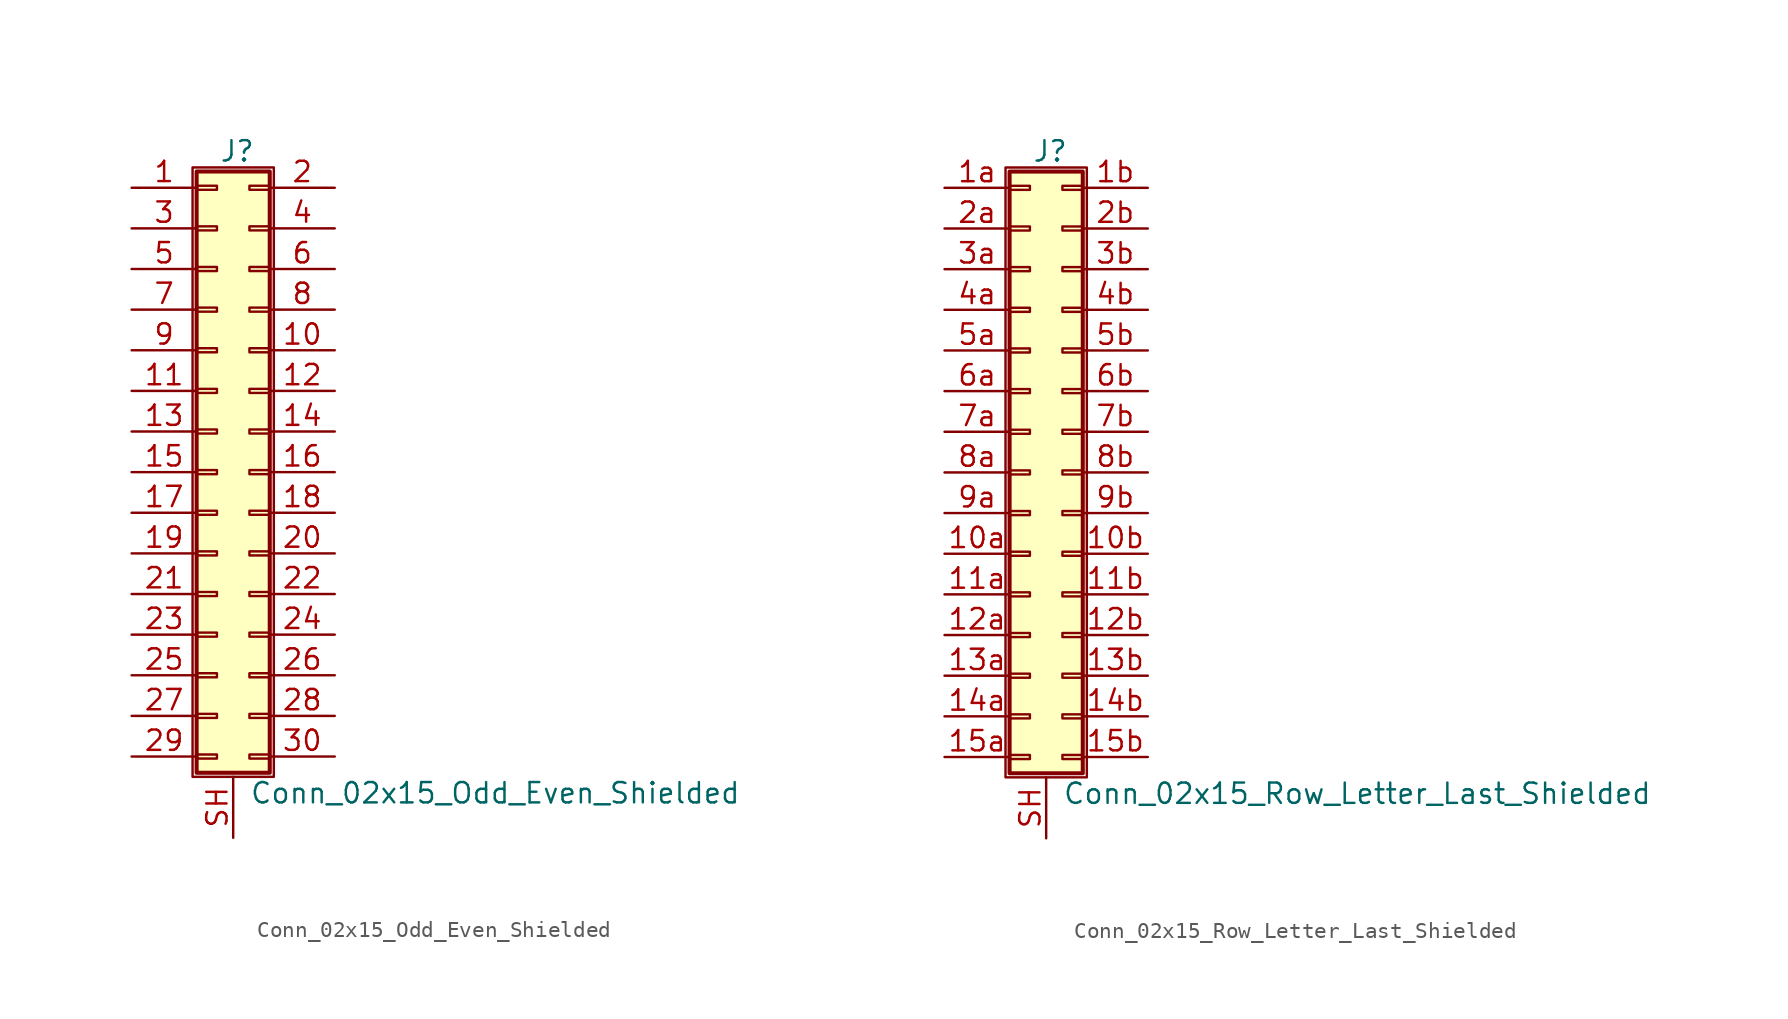
<source format=kicad_sym>
(kicad_symbol_lib
  (version 20201005)
  (generator kicad_symbol_editor)
  (symbol "Conn_02x15_Odd_Even_Shielded"
    (pin_names
      (offset 1.016) hide)
    (property "Reference" "J"
      (at 1.524 20.066 0)
      (effects (font (size 1.27 1.27))))
    (property "Value" "Conn_02x15_Odd_Even_Shielded"
      (at 2.286 -20.066 0)
      (effects (font (size 1.27 1.27)) (justify left)))
    (symbol "Conn_02x15_Odd_Even_Shielded_1_1"
      (rectangle (start -1.27 19.05) (end 3.81 -19.05) (stroke (width 0.152)) (fill (type none)))
      (rectangle (start -1.016 -17.653) (end 0.254 -17.907) (stroke (width 0.152)) (fill (type none)))
      (rectangle (start -1.016 -15.113) (end 0.254 -15.367) (stroke (width 0.152)) (fill (type none)))
      (rectangle (start -1.016 -12.573) (end 0.254 -12.827) (stroke (width 0.152)) (fill (type none)))
      (rectangle (start -1.016 -10.033) (end 0.254 -10.287) (stroke (width 0.152)) (fill (type none)))
      (rectangle (start -1.016 -7.493) (end 0.254 -7.747) (stroke (width 0.152)) (fill (type none)))
      (rectangle (start -1.016 -4.953) (end 0.254 -5.207) (stroke (width 0.152)) (fill (type none)))
      (rectangle (start -1.016 -2.413) (end 0.254 -2.667) (stroke (width 0.152)) (fill (type none)))
      (rectangle (start -1.016 0.127) (end 0.254 -0.127) (stroke (width 0.152)) (fill (type none)))
      (rectangle (start -1.016 2.667) (end 0.254 2.413) (stroke (width 0.152)) (fill (type none)))
      (rectangle (start -1.016 5.207) (end 0.254 4.953) (stroke (width 0.152)) (fill (type none)))
      (rectangle (start -1.016 7.747) (end 0.254 7.493) (stroke (width 0.152)) (fill (type none)))
      (rectangle (start -1.016 10.287) (end 0.254 10.033) (stroke (width 0.152)) (fill (type none)))
      (rectangle (start -1.016 12.827) (end 0.254 12.573) (stroke (width 0.152)) (fill (type none)))
      (rectangle (start -1.016 15.367) (end 0.254 15.113) (stroke (width 0.152)) (fill (type none)))
      (rectangle (start -1.016 17.907) (end 0.254 17.653) (stroke (width 0.152)) (fill (type none)))
      (rectangle (start 3.556 -17.653) (end 2.286 -17.907) (stroke (width 0.152)) (fill (type none)))
      (rectangle (start 3.556 -15.113) (end 2.286 -15.367) (stroke (width 0.152)) (fill (type none)))
      (rectangle (start 3.556 -12.573) (end 2.286 -12.827) (stroke (width 0.152)) (fill (type none)))
      (rectangle (start 3.556 -10.033) (end 2.286 -10.287) (stroke (width 0.152)) (fill (type none)))
      (rectangle (start 3.556 -7.493) (end 2.286 -7.747) (stroke (width 0.152)) (fill (type none)))
      (rectangle (start 3.556 -4.953) (end 2.286 -5.207) (stroke (width 0.152)) (fill (type none)))
      (rectangle (start 3.556 -2.413) (end 2.286 -2.667) (stroke (width 0.152)) (fill (type none)))
      (rectangle (start 3.556 0.127) (end 2.286 -0.127) (stroke (width 0.152)) (fill (type none)))
      (rectangle (start 3.556 2.667) (end 2.286 2.413) (stroke (width 0.152)) (fill (type none)))
      (rectangle (start 3.556 5.207) (end 2.286 4.953) (stroke (width 0.152)) (fill (type none)))
      (rectangle (start 3.556 7.747) (end 2.286 7.493) (stroke (width 0.152)) (fill (type none)))
      (rectangle (start 3.556 10.287) (end 2.286 10.033) (stroke (width 0.152)) (fill (type none)))
      (rectangle (start 3.556 12.827) (end 2.286 12.573) (stroke (width 0.152)) (fill (type none)))
      (rectangle (start 3.556 15.367) (end 2.286 15.113) (stroke (width 0.152)) (fill (type none)))
      (rectangle (start 3.556 17.907) (end 2.286 17.653) (stroke (width 0.152)) (fill (type none)))
      (rectangle (start -1.016 18.796) (end 3.556 -18.796) (stroke (width 0.254)) (fill (type background)))
      (pin passive line (at -5.08 17.78 0) (length 4.064) (name "Pin_1" (effects (font (size 1.27 1.27)))) (number "1" (effects (font (size 1.27 1.27)))))
      (pin passive line (at 7.62 7.62 180) (length 4.064) (name "Pin_10" (effects (font (size 1.27 1.27)))) (number "10" (effects (font (size 1.27 1.27)))))
      (pin passive line (at -5.08 5.08 0) (length 4.064) (name "Pin_11" (effects (font (size 1.27 1.27)))) (number "11" (effects (font (size 1.27 1.27)))))
      (pin passive line (at 7.62 5.08 180) (length 4.064) (name "Pin_12" (effects (font (size 1.27 1.27)))) (number "12" (effects (font (size 1.27 1.27)))))
      (pin passive line (at -5.08 2.54 0) (length 4.064) (name "Pin_13" (effects (font (size 1.27 1.27)))) (number "13" (effects (font (size 1.27 1.27)))))
      (pin passive line (at 7.62 2.54 180) (length 4.064) (name "Pin_14" (effects (font (size 1.27 1.27)))) (number "14" (effects (font (size 1.27 1.27)))))
      (pin passive line (at -5.08 0 0) (length 4.064) (name "Pin_15" (effects (font (size 1.27 1.27)))) (number "15" (effects (font (size 1.27 1.27)))))
      (pin passive line (at 7.62 0 180) (length 4.064) (name "Pin_16" (effects (font (size 1.27 1.27)))) (number "16" (effects (font (size 1.27 1.27)))))
      (pin passive line (at -5.08 -2.54 0) (length 4.064) (name "Pin_17" (effects (font (size 1.27 1.27)))) (number "17" (effects (font (size 1.27 1.27)))))
      (pin passive line (at 7.62 -2.54 180) (length 4.064) (name "Pin_18" (effects (font (size 1.27 1.27)))) (number "18" (effects (font (size 1.27 1.27)))))
      (pin passive line (at -5.08 -5.08 0) (length 4.064) (name "Pin_19" (effects (font (size 1.27 1.27)))) (number "19" (effects (font (size 1.27 1.27)))))
      (pin passive line (at 7.62 17.78 180) (length 4.064) (name "Pin_2" (effects (font (size 1.27 1.27)))) (number "2" (effects (font (size 1.27 1.27)))))
      (pin passive line (at 7.62 -5.08 180) (length 4.064) (name "Pin_20" (effects (font (size 1.27 1.27)))) (number "20" (effects (font (size 1.27 1.27)))))
      (pin passive line (at -5.08 -7.62 0) (length 4.064) (name "Pin_21" (effects (font (size 1.27 1.27)))) (number "21" (effects (font (size 1.27 1.27)))))
      (pin passive line (at 7.62 -7.62 180) (length 4.064) (name "Pin_22" (effects (font (size 1.27 1.27)))) (number "22" (effects (font (size 1.27 1.27)))))
      (pin passive line (at -5.08 -10.16 0) (length 4.064) (name "Pin_23" (effects (font (size 1.27 1.27)))) (number "23" (effects (font (size 1.27 1.27)))))
      (pin passive line (at 7.62 -10.16 180) (length 4.064) (name "Pin_24" (effects (font (size 1.27 1.27)))) (number "24" (effects (font (size 1.27 1.27)))))
      (pin passive line (at -5.08 -12.7 0) (length 4.064) (name "Pin_25" (effects (font (size 1.27 1.27)))) (number "25" (effects (font (size 1.27 1.27)))))
      (pin passive line (at 7.62 -12.7 180) (length 4.064) (name "Pin_26" (effects (font (size 1.27 1.27)))) (number "26" (effects (font (size 1.27 1.27)))))
      (pin passive line (at -5.08 -15.24 0) (length 4.064) (name "Pin_27" (effects (font (size 1.27 1.27)))) (number "27" (effects (font (size 1.27 1.27)))))
      (pin passive line (at 7.62 -15.24 180) (length 4.064) (name "Pin_28" (effects (font (size 1.27 1.27)))) (number "28" (effects (font (size 1.27 1.27)))))
      (pin passive line (at -5.08 -17.78 0) (length 4.064) (name "Pin_29" (effects (font (size 1.27 1.27)))) (number "29" (effects (font (size 1.27 1.27)))))
      (pin passive line (at -5.08 15.24 0) (length 4.064) (name "Pin_3" (effects (font (size 1.27 1.27)))) (number "3" (effects (font (size 1.27 1.27)))))
      (pin passive line (at 7.62 -17.78 180) (length 4.064) (name "Pin_30" (effects (font (size 1.27 1.27)))) (number "30" (effects (font (size 1.27 1.27)))))
      (pin passive line (at 7.62 15.24 180) (length 4.064) (name "Pin_4" (effects (font (size 1.27 1.27)))) (number "4" (effects (font (size 1.27 1.27)))))
      (pin passive line (at -5.08 12.7 0) (length 4.064) (name "Pin_5" (effects (font (size 1.27 1.27)))) (number "5" (effects (font (size 1.27 1.27)))))
      (pin passive line (at 7.62 12.7 180) (length 4.064) (name "Pin_6" (effects (font (size 1.27 1.27)))) (number "6" (effects (font (size 1.27 1.27)))))
      (pin passive line (at -5.08 10.16 0) (length 4.064) (name "Pin_7" (effects (font (size 1.27 1.27)))) (number "7" (effects (font (size 1.27 1.27)))))
      (pin passive line (at 7.62 10.16 180) (length 4.064) (name "Pin_8" (effects (font (size 1.27 1.27)))) (number "8" (effects (font (size 1.27 1.27)))))
      (pin passive line (at -5.08 7.62 0) (length 4.064) (name "Pin_9" (effects (font (size 1.27 1.27)))) (number "9" (effects (font (size 1.27 1.27)))))
      (pin passive line (at 1.27 -22.86 90) (length 3.81) (name "Shield" (effects (font (size 1.27 1.27)))) (number "SH" (effects (font (size 1.27 1.27)))))))
  (symbol "Conn_02x15_Row_Letter_Last_Shielded"
    (pin_names
      (offset 1.016) hide)
    (property "Reference" "J"
      (at 1.524 20.066 0)
      (effects (font (size 1.27 1.27))))
    (property "Value" "Conn_02x15_Row_Letter_Last_Shielded"
      (at 2.286 -20.066 0)
      (effects (font (size 1.27 1.27)) (justify left)))
    (symbol "Conn_02x15_Row_Letter_Last_Shielded_1_1"
      (rectangle (start -1.27 19.05) (end 3.81 -19.05) (stroke (width 0.152)) (fill (type none)))
      (rectangle (start -1.016 -17.653) (end 0.254 -17.907) (stroke (width 0.152)) (fill (type none)))
      (rectangle (start -1.016 -15.113) (end 0.254 -15.367) (stroke (width 0.152)) (fill (type none)))
      (rectangle (start -1.016 -12.573) (end 0.254 -12.827) (stroke (width 0.152)) (fill (type none)))
      (rectangle (start -1.016 -10.033) (end 0.254 -10.287) (stroke (width 0.152)) (fill (type none)))
      (rectangle (start -1.016 -7.493) (end 0.254 -7.747) (stroke (width 0.152)) (fill (type none)))
      (rectangle (start -1.016 -4.953) (end 0.254 -5.207) (stroke (width 0.152)) (fill (type none)))
      (rectangle (start -1.016 -2.413) (end 0.254 -2.667) (stroke (width 0.152)) (fill (type none)))
      (rectangle (start -1.016 0.127) (end 0.254 -0.127) (stroke (width 0.152)) (fill (type none)))
      (rectangle (start -1.016 2.667) (end 0.254 2.413) (stroke (width 0.152)) (fill (type none)))
      (rectangle (start -1.016 5.207) (end 0.254 4.953) (stroke (width 0.152)) (fill (type none)))
      (rectangle (start -1.016 7.747) (end 0.254 7.493) (stroke (width 0.152)) (fill (type none)))
      (rectangle (start -1.016 10.287) (end 0.254 10.033) (stroke (width 0.152)) (fill (type none)))
      (rectangle (start -1.016 12.827) (end 0.254 12.573) (stroke (width 0.152)) (fill (type none)))
      (rectangle (start -1.016 15.367) (end 0.254 15.113) (stroke (width 0.152)) (fill (type none)))
      (rectangle (start -1.016 17.907) (end 0.254 17.653) (stroke (width 0.152)) (fill (type none)))
      (rectangle (start 3.556 -17.653) (end 2.286 -17.907) (stroke (width 0.152)) (fill (type none)))
      (rectangle (start 3.556 -15.113) (end 2.286 -15.367) (stroke (width 0.152)) (fill (type none)))
      (rectangle (start 3.556 -12.573) (end 2.286 -12.827) (stroke (width 0.152)) (fill (type none)))
      (rectangle (start 3.556 -10.033) (end 2.286 -10.287) (stroke (width 0.152)) (fill (type none)))
      (rectangle (start 3.556 -7.493) (end 2.286 -7.747) (stroke (width 0.152)) (fill (type none)))
      (rectangle (start 3.556 -4.953) (end 2.286 -5.207) (stroke (width 0.152)) (fill (type none)))
      (rectangle (start 3.556 -2.413) (end 2.286 -2.667) (stroke (width 0.152)) (fill (type none)))
      (rectangle (start 3.556 0.127) (end 2.286 -0.127) (stroke (width 0.152)) (fill (type none)))
      (rectangle (start 3.556 2.667) (end 2.286 2.413) (stroke (width 0.152)) (fill (type none)))
      (rectangle (start 3.556 5.207) (end 2.286 4.953) (stroke (width 0.152)) (fill (type none)))
      (rectangle (start 3.556 7.747) (end 2.286 7.493) (stroke (width 0.152)) (fill (type none)))
      (rectangle (start 3.556 10.287) (end 2.286 10.033) (stroke (width 0.152)) (fill (type none)))
      (rectangle (start 3.556 12.827) (end 2.286 12.573) (stroke (width 0.152)) (fill (type none)))
      (rectangle (start 3.556 15.367) (end 2.286 15.113) (stroke (width 0.152)) (fill (type none)))
      (rectangle (start 3.556 17.907) (end 2.286 17.653) (stroke (width 0.152)) (fill (type none)))
      (rectangle (start -1.016 18.796) (end 3.556 -18.796) (stroke (width 0.254)) (fill (type background)))
      (pin passive line (at -5.08 -5.08 0) (length 4.064) (name "Pin_10a" (effects (font (size 1.27 1.27)))) (number "10a" (effects (font (size 1.27 1.27)))))
      (pin passive line (at 7.62 -5.08 180) (length 4.064) (name "Pin_10b" (effects (font (size 1.27 1.27)))) (number "10b" (effects (font (size 1.27 1.27)))))
      (pin passive line (at -5.08 -7.62 0) (length 4.064) (name "Pin_11a" (effects (font (size 1.27 1.27)))) (number "11a" (effects (font (size 1.27 1.27)))))
      (pin passive line (at 7.62 -7.62 180) (length 4.064) (name "Pin_11b" (effects (font (size 1.27 1.27)))) (number "11b" (effects (font (size 1.27 1.27)))))
      (pin passive line (at -5.08 -10.16 0) (length 4.064) (name "Pin_12a" (effects (font (size 1.27 1.27)))) (number "12a" (effects (font (size 1.27 1.27)))))
      (pin passive line (at 7.62 -10.16 180) (length 4.064) (name "Pin_12b" (effects (font (size 1.27 1.27)))) (number "12b" (effects (font (size 1.27 1.27)))))
      (pin passive line (at -5.08 -12.7 0) (length 4.064) (name "Pin_13a" (effects (font (size 1.27 1.27)))) (number "13a" (effects (font (size 1.27 1.27)))))
      (pin passive line (at 7.62 -12.7 180) (length 4.064) (name "Pin_13b" (effects (font (size 1.27 1.27)))) (number "13b" (effects (font (size 1.27 1.27)))))
      (pin passive line (at -5.08 -15.24 0) (length 4.064) (name "Pin_14a" (effects (font (size 1.27 1.27)))) (number "14a" (effects (font (size 1.27 1.27)))))
      (pin passive line (at 7.62 -15.24 180) (length 4.064) (name "Pin_14b" (effects (font (size 1.27 1.27)))) (number "14b" (effects (font (size 1.27 1.27)))))
      (pin passive line (at -5.08 -17.78 0) (length 4.064) (name "Pin_15a" (effects (font (size 1.27 1.27)))) (number "15a" (effects (font (size 1.27 1.27)))))
      (pin passive line (at 7.62 -17.78 180) (length 4.064) (name "Pin_15b" (effects (font (size 1.27 1.27)))) (number "15b" (effects (font (size 1.27 1.27)))))
      (pin passive line (at -5.08 17.78 0) (length 4.064) (name "Pin_1a" (effects (font (size 1.27 1.27)))) (number "1a" (effects (font (size 1.27 1.27)))))
      (pin passive line (at 7.62 17.78 180) (length 4.064) (name "Pin_1b" (effects (font (size 1.27 1.27)))) (number "1b" (effects (font (size 1.27 1.27)))))
      (pin passive line (at -5.08 15.24 0) (length 4.064) (name "Pin_2a" (effects (font (size 1.27 1.27)))) (number "2a" (effects (font (size 1.27 1.27)))))
      (pin passive line (at 7.62 15.24 180) (length 4.064) (name "Pin_2b" (effects (font (size 1.27 1.27)))) (number "2b" (effects (font (size 1.27 1.27)))))
      (pin passive line (at -5.08 12.7 0) (length 4.064) (name "Pin_3a" (effects (font (size 1.27 1.27)))) (number "3a" (effects (font (size 1.27 1.27)))))
      (pin passive line (at 7.62 12.7 180) (length 4.064) (name "Pin_3b" (effects (font (size 1.27 1.27)))) (number "3b" (effects (font (size 1.27 1.27)))))
      (pin passive line (at -5.08 10.16 0) (length 4.064) (name "Pin_4a" (effects (font (size 1.27 1.27)))) (number "4a" (effects (font (size 1.27 1.27)))))
      (pin passive line (at 7.62 10.16 180) (length 4.064) (name "Pin_4b" (effects (font (size 1.27 1.27)))) (number "4b" (effects (font (size 1.27 1.27)))))
      (pin passive line (at -5.08 7.62 0) (length 4.064) (name "Pin_5a" (effects (font (size 1.27 1.27)))) (number "5a" (effects (font (size 1.27 1.27)))))
      (pin passive line (at 7.62 7.62 180) (length 4.064) (name "Pin_5b" (effects (font (size 1.27 1.27)))) (number "5b" (effects (font (size 1.27 1.27)))))
      (pin passive line (at -5.08 5.08 0) (length 4.064) (name "Pin_6a" (effects (font (size 1.27 1.27)))) (number "6a" (effects (font (size 1.27 1.27)))))
      (pin passive line (at 7.62 5.08 180) (length 4.064) (name "Pin_6b" (effects (font (size 1.27 1.27)))) (number "6b" (effects (font (size 1.27 1.27)))))
      (pin passive line (at -5.08 2.54 0) (length 4.064) (name "Pin_7a" (effects (font (size 1.27 1.27)))) (number "7a" (effects (font (size 1.27 1.27)))))
      (pin passive line (at 7.62 2.54 180) (length 4.064) (name "Pin_7b" (effects (font (size 1.27 1.27)))) (number "7b" (effects (font (size 1.27 1.27)))))
      (pin passive line (at -5.08 0 0) (length 4.064) (name "Pin_8a" (effects (font (size 1.27 1.27)))) (number "8a" (effects (font (size 1.27 1.27)))))
      (pin passive line (at 7.62 0 180) (length 4.064) (name "Pin_8b" (effects (font (size 1.27 1.27)))) (number "8b" (effects (font (size 1.27 1.27)))))
      (pin passive line (at -5.08 -2.54 0) (length 4.064) (name "Pin_9a" (effects (font (size 1.27 1.27)))) (number "9a" (effects (font (size 1.27 1.27)))))
      (pin passive line (at 7.62 -2.54 180) (length 4.064) (name "Pin_9b" (effects (font (size 1.27 1.27)))) (number "9b" (effects (font (size 1.27 1.27)))))
      (pin passive line (at 1.27 -22.86 90) (length 3.81) (name "Shield" (effects (font (size 1.27 1.27)))) (number "SH" (effects (font (size 1.27 1.27))))))))
</source>
